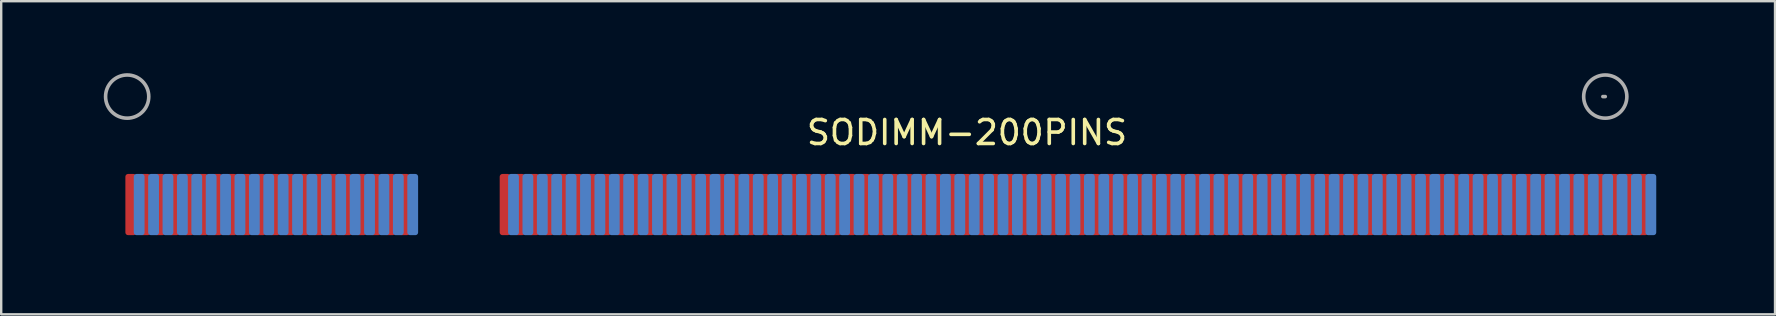
<source format=kicad_pcb>
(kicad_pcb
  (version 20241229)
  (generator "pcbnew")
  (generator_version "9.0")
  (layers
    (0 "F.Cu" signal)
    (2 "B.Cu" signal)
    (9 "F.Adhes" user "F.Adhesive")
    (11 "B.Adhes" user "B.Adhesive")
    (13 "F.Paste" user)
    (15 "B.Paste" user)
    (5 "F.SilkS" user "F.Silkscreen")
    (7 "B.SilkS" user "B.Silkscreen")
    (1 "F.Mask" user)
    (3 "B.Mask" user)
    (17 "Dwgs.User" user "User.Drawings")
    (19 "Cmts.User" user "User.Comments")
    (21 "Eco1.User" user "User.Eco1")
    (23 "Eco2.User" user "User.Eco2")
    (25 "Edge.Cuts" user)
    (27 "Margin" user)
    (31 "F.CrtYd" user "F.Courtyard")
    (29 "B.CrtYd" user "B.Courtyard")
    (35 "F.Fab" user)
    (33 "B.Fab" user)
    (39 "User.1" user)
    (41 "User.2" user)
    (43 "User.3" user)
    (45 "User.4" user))
  (footprint "SODIMM-200PINS"
    (layer "F.Cu")
    (at 0.25 5.475)
    (property "Reference" "SODIMM-200PINS" (at 37 -3 0) (layer "F.SilkS") (effects (font (size 1 1) (thickness 0.15))))
    (attr through_hole)
    (fp_poly (pts (xy 1.5 -1.5) (xy 66.5 -1.5) (xy 66.5 1.5) (xy 1.5 1.5)) (stroke (width 0.15) (type solid)) (fill yes) (layer "F.Mask"))
    (fp_poly (pts (xy 1.5 1.5) (xy 1.5 -1.5) (xy 66.5 -1.5) (xy 66.5 1.5)) (stroke (width 0.15) (type solid)) (fill yes) (layer "B.Mask"))
    (fp_line (start 0 1.5) (end 67.6 1.5) (stroke (width 0.15) (type solid)) (layer "B.Paste"))
    (fp_line (start 15.2 -2.4) (end 15.2 1.5) (stroke (width 0.15) (type solid)) (layer "B.Paste"))
    (fp_line (start 16.6 -2.9) (end 15.7 -2.9) (stroke (width 0.15) (type solid)) (layer "B.Paste"))
    (fp_line (start 17.1 -2.4) (end 17.1 1.5) (stroke (width 0.15) (type solid)) (layer "B.Paste"))
    (fp_arc (start 15.2 -2.4) (mid 15.346447 -2.753553) (end 15.7 -2.9) (stroke (width 0.15) (type solid)) (layer "B.Paste"))
    (fp_arc (start 16.6 -2.9) (mid 16.953553 -2.753553) (end 17.1 -2.4) (stroke (width 0.15) (type solid)) (layer "B.Paste"))
    (fp_line (start 63.5 -4.5) (end 63.6 -4.5) (stroke (width 0.15) (type solid)) (layer "F.Fab"))
    (fp_circle (center 2 -4.5) (end 1.1 -4.5) (stroke (width 0.15) (type solid)) (fill no) (layer "F.Fab"))
    (fp_circle (center 63.6 -4.5) (end 64.5 -4.5) (stroke (width 0.15) (type solid)) (fill no) (layer "F.Fab"))
    (pad "1" smd roundrect (at 2.15 0) (size 0.45 2.55) (layers "F.Cu" "F.Mask" "F.Paste") (roundrect_rratio 0.25))
    (pad "2" smd roundrect (at 2.75 0) (size 0.45 2.55) (layers "F.Cu" "F.Mask" "F.Paste") (roundrect_rratio 0.25))
    (pad "3" smd roundrect (at 3.35 0) (size 0.45 2.55) (layers "F.Cu" "F.Mask" "F.Paste") (roundrect_rratio 0.25))
    (pad "4" smd roundrect (at 3.95 0) (size 0.45 2.55) (layers "F.Cu" "F.Mask" "F.Paste") (roundrect_rratio 0.25))
    (pad "5" smd roundrect (at 4.55 0) (size 0.45 2.55) (layers "F.Cu" "F.Mask" "F.Paste") (roundrect_rratio 0.25))
    (pad "6" smd roundrect (at 5.15 0) (size 0.45 2.55) (layers "F.Cu" "F.Mask" "F.Paste") (roundrect_rratio 0.25))
    (pad "7" smd roundrect (at 5.75 0) (size 0.45 2.55) (layers "F.Cu" "F.Mask" "F.Paste") (roundrect_rratio 0.25))
    (pad "8" smd roundrect (at 6.35 0) (size 0.45 2.55) (layers "F.Cu" "F.Mask" "F.Paste") (roundrect_rratio 0.25))
    (pad "9" smd roundrect (at 6.95 0) (size 0.45 2.55) (layers "F.Cu" "F.Mask" "F.Paste") (roundrect_rratio 0.25))
    (pad "10" smd roundrect (at 7.55 0) (size 0.45 2.55) (layers "F.Cu" "F.Mask" "F.Paste") (roundrect_rratio 0.25))
    (pad "11" smd roundrect (at 8.15 0) (size 0.45 2.55) (layers "F.Cu" "F.Mask" "F.Paste") (roundrect_rratio 0.25))
    (pad "12" smd roundrect (at 8.75 0) (size 0.45 2.55) (layers "F.Cu" "F.Mask" "F.Paste") (roundrect_rratio 0.25))
    (pad "13" smd roundrect (at 9.35 0) (size 0.45 2.55) (layers "F.Cu" "F.Mask" "F.Paste") (roundrect_rratio 0.25))
    (pad "14" smd roundrect (at 9.95 0) (size 0.45 2.55) (layers "F.Cu" "F.Mask" "F.Paste") (roundrect_rratio 0.25))
    (pad "15" smd roundrect (at 10.55 0) (size 0.45 2.55) (layers "F.Cu" "F.Mask" "F.Paste") (roundrect_rratio 0.25))
    (pad "16" smd roundrect (at 11.15 0) (size 0.45 2.55) (layers "F.Cu" "F.Mask" "F.Paste") (roundrect_rratio 0.25))
    (pad "17" smd roundrect (at 11.75 0) (size 0.45 2.55) (layers "F.Cu" "F.Mask" "F.Paste") (roundrect_rratio 0.25))
    (pad "18" smd roundrect (at 12.35 0) (size 0.45 2.55) (layers "F.Cu" "F.Mask" "F.Paste") (roundrect_rratio 0.25))
    (pad "19" smd roundrect (at 12.95 0) (size 0.45 2.55) (layers "F.Cu" "F.Mask" "F.Paste") (roundrect_rratio 0.25))
    (pad "20" smd roundrect (at 13.55 0) (size 0.45 2.55) (layers "F.Cu" "F.Mask" "F.Paste") (roundrect_rratio 0.25))
    (pad "21" smd roundrect (at 2.5 0) (size 0.45 2.55) (layers "B.Cu" "B.Mask" "B.Paste") (roundrect_rratio 0.25))
    (pad "22" smd roundrect (at 3.1 0) (size 0.45 2.55) (layers "B.Cu" "B.Mask" "B.Paste") (roundrect_rratio 0.25))
    (pad "23" smd roundrect (at 3.7 0) (size 0.45 2.55) (layers "B.Cu" "B.Mask" "B.Paste") (roundrect_rratio 0.25))
    (pad "24" smd roundrect (at 4.3 0) (size 0.45 2.55) (layers "B.Cu" "B.Mask" "B.Paste") (roundrect_rratio 0.25))
    (pad "25" smd roundrect (at 4.9 0) (size 0.45 2.55) (layers "B.Cu" "B.Mask" "B.Paste") (roundrect_rratio 0.25))
    (pad "26" smd roundrect (at 5.5 0) (size 0.45 2.55) (layers "B.Cu" "B.Mask" "B.Paste") (roundrect_rratio 0.25))
    (pad "27" smd roundrect (at 6.1 0) (size 0.45 2.55) (layers "B.Cu" "B.Mask" "B.Paste") (roundrect_rratio 0.25))
    (pad "28" smd roundrect (at 6.7 0) (size 0.45 2.55) (layers "*.Mask" "B.Cu" "B.Paste") (roundrect_rratio 0.25))
    (pad "29" smd roundrect (at 7.3 0) (size 0.45 2.55) (layers "B.Cu" "B.Mask" "B.Paste") (roundrect_rratio 0.25))
    (pad "30" smd roundrect (at 7.9 0) (size 0.45 2.55) (layers "B.Cu" "B.Mask" "B.Paste") (roundrect_rratio 0.25))
    (pad "31" smd roundrect (at 8.5 0) (size 0.45 2.55) (layers "B.Cu" "B.Mask" "B.Paste") (roundrect_rratio 0.25))
    (pad "32" smd roundrect (at 9.1 0) (size 0.45 2.55) (layers "B.Cu" "B.Mask" "B.Paste") (roundrect_rratio 0.25))
    (pad "33" smd roundrect (at 9.7 0) (size 0.45 2.55) (layers "B.Cu" "B.Mask" "B.Paste") (roundrect_rratio 0.25))
    (pad "34" smd roundrect (at 10.3 0) (size 0.45 2.55) (layers "B.Cu" "B.Mask" "B.Paste") (roundrect_rratio 0.25))
    (pad "35" smd roundrect (at 10.9 0) (size 0.45 2.55) (layers "B.Cu" "B.Mask" "B.Paste") (roundrect_rratio 0.25))
    (pad "36" smd roundrect (at 11.5 0) (size 0.45 2.55) (layers "B.Cu" "B.Mask" "B.Paste") (roundrect_rratio 0.25))
    (pad "37" smd roundrect (at 12.1 0) (size 0.45 2.55) (layers "B.Cu" "B.Mask" "B.Paste") (roundrect_rratio 0.25))
    (pad "38" smd roundrect (at 12.7 0) (size 0.45 2.55) (layers "B.Cu" "B.Mask" "B.Paste") (roundrect_rratio 0.25))
    (pad "39" smd roundrect (at 13.3 0) (size 0.45 2.55) (layers "B.Cu" "B.Mask" "B.Paste") (roundrect_rratio 0.25))
    (pad "40" smd roundrect (at 13.9 0) (size 0.45 2.55) (layers "B.Cu" "B.Mask" "B.Paste") (roundrect_rratio 0.25))
    (pad "41" smd roundrect (at 17.75 0) (size 0.45 2.55) (layers "F.Cu" "F.Mask" "F.Paste") (roundrect_rratio 0.25))
    (pad "42" smd roundrect (at 18.35 0) (size 0.45 2.55) (layers "F.Cu" "F.Mask" "F.Paste") (roundrect_rratio 0.25))
    (pad "43" smd roundrect (at 18.95 0) (size 0.45 2.55) (layers "F.Cu" "F.Mask" "F.Paste") (roundrect_rratio 0.25))
    (pad "44" smd roundrect (at 19.55 0) (size 0.45 2.55) (layers "F.Cu" "F.Mask" "F.Paste") (roundrect_rratio 0.25))
    (pad "45" smd roundrect (at 20.15 0) (size 0.45 2.55) (layers "F.Cu" "F.Mask" "F.Paste") (roundrect_rratio 0.25))
    (pad "46" smd roundrect (at 20.75 0) (size 0.45 2.55) (layers "F.Cu" "F.Mask" "F.Paste") (roundrect_rratio 0.25))
    (pad "47" smd roundrect (at 21.35 0) (size 0.45 2.55) (layers "F.Cu" "F.Mask" "F.Paste") (roundrect_rratio 0.25))
    (pad "48" smd roundrect (at 21.95 0) (size 0.45 2.55) (layers "F.Cu" "F.Mask" "F.Paste") (roundrect_rratio 0.25))
    (pad "49" smd roundrect (at 22.55 0) (size 0.45 2.55) (layers "F.Cu" "F.Mask" "F.Paste") (roundrect_rratio 0.25))
    (pad "50" smd roundrect (at 23.15 0) (size 0.45 2.55) (layers "F.Cu" "F.Mask" "F.Paste") (roundrect_rratio 0.25))
    (pad "51" smd roundrect (at 23.75 0) (size 0.45 2.55) (layers "F.Cu" "F.Mask" "F.Paste") (roundrect_rratio 0.25))
    (pad "52" smd roundrect (at 24.35 0) (size 0.45 2.55) (layers "F.Cu" "F.Mask" "F.Paste") (roundrect_rratio 0.25))
    (pad "53" smd roundrect (at 24.95 0) (size 0.45 2.55) (layers "F.Cu" "F.Mask" "F.Paste") (roundrect_rratio 0.25))
    (pad "54" smd roundrect (at 25.55 0) (size 0.45 2.55) (layers "F.Cu" "F.Mask" "F.Paste") (roundrect_rratio 0.25))
    (pad "55" smd roundrect (at 26.15 0) (size 0.45 2.55) (layers "F.Cu" "F.Mask" "F.Paste") (roundrect_rratio 0.25))
    (pad "56" smd roundrect (at 26.75 0) (size 0.45 2.55) (layers "F.Cu" "F.Mask" "F.Paste") (roundrect_rratio 0.25))
    (pad "57" smd roundrect (at 27.35 0) (size 0.45 2.55) (layers "F.Cu" "F.Mask" "F.Paste") (roundrect_rratio 0.25))
    (pad "58" smd roundrect (at 27.95 0) (size 0.45 2.55) (layers "F.Cu" "F.Mask" "F.Paste") (roundrect_rratio 0.25))
    (pad "59" smd roundrect (at 28.55 0) (size 0.45 2.55) (layers "F.Cu" "F.Mask" "F.Paste") (roundrect_rratio 0.25))
    (pad "60" smd roundrect (at 29.15 0) (size 0.45 2.55) (layers "F.Cu" "F.Mask" "F.Paste") (roundrect_rratio 0.25))
    (pad "61" smd roundrect (at 29.75 0) (size 0.45 2.55) (layers "F.Cu" "F.Mask" "F.Paste") (roundrect_rratio 0.25))
    (pad "62" smd roundrect (at 30.35 0) (size 0.45 2.55) (layers "F.Cu" "F.Mask" "F.Paste") (roundrect_rratio 0.25))
    (pad "63" smd roundrect (at 30.95 0) (size 0.45 2.55) (layers "F.Cu" "F.Mask" "F.Paste") (roundrect_rratio 0.25))
    (pad "64" smd roundrect (at 31.55 0) (size 0.45 2.55) (layers "F.Cu" "F.Mask" "F.Paste") (roundrect_rratio 0.25))
    (pad "65" smd roundrect (at 32.15 0) (size 0.45 2.55) (layers "F.Cu" "F.Mask" "F.Paste") (roundrect_rratio 0.25))
    (pad "66" smd roundrect (at 32.75 0) (size 0.45 2.55) (layers "F.Cu" "F.Mask" "F.Paste") (roundrect_rratio 0.25))
    (pad "67" smd roundrect (at 33.35 0) (size 0.45 2.55) (layers "F.Cu" "F.Mask" "F.Paste") (roundrect_rratio 0.25))
    (pad "68" smd roundrect (at 33.95 0) (size 0.45 2.55) (layers "F.Cu" "F.Mask" "F.Paste") (roundrect_rratio 0.25))
    (pad "69" smd roundrect (at 34.55 0) (size 0.45 2.55) (layers "F.Cu" "F.Mask" "F.Paste") (roundrect_rratio 0.25))
    (pad "70" smd roundrect (at 35.15 0) (size 0.45 2.55) (layers "F.Cu" "F.Mask" "F.Paste") (roundrect_rratio 0.25))
    (pad "71" smd roundrect (at 35.75 0) (size 0.45 2.55) (layers "F.Cu" "F.Mask" "F.Paste") (roundrect_rratio 0.25))
    (pad "72" smd roundrect (at 36.35 0) (size 0.45 2.55) (layers "F.Cu" "F.Mask" "F.Paste") (roundrect_rratio 0.25))
    (pad "73" smd roundrect (at 36.95 0) (size 0.45 2.55) (layers "F.Cu" "F.Mask" "F.Paste") (roundrect_rratio 0.25))
    (pad "74" smd roundrect (at 37.55 0) (size 0.45 2.55) (layers "F.Cu" "F.Mask" "F.Paste") (roundrect_rratio 0.25))
    (pad "75" smd roundrect (at 38.15 0) (size 0.45 2.55) (layers "F.Cu" "F.Mask" "F.Paste") (roundrect_rratio 0.25))
    (pad "76" smd roundrect (at 38.75 0) (size 0.45 2.55) (layers "F.Cu" "F.Mask" "F.Paste") (roundrect_rratio 0.25))
    (pad "77" smd roundrect (at 39.35 0) (size 0.45 2.55) (layers "F.Cu" "F.Mask" "F.Paste") (roundrect_rratio 0.25))
    (pad "78" smd roundrect (at 39.95 0) (size 0.45 2.55) (layers "F.Cu" "F.Mask" "F.Paste") (roundrect_rratio 0.25))
    (pad "79" smd roundrect (at 40.55 0) (size 0.45 2.55) (layers "F.Cu" "F.Mask" "F.Paste") (roundrect_rratio 0.25))
    (pad "80" smd roundrect (at 41.15 0) (size 0.45 2.55) (layers "F.Cu" "F.Mask" "F.Paste") (roundrect_rratio 0.25))
    (pad "81" smd roundrect (at 41.75 0) (size 0.45 2.55) (layers "F.Cu" "F.Mask" "F.Paste") (roundrect_rratio 0.25))
    (pad "82" smd roundrect (at 42.35 0) (size 0.45 2.55) (layers "F.Cu" "F.Mask" "F.Paste") (roundrect_rratio 0.25))
    (pad "83" smd roundrect (at 42.95 0) (size 0.45 2.55) (layers "F.Cu" "F.Mask" "F.Paste") (roundrect_rratio 0.25))
    (pad "84" smd roundrect (at 44.15 0) (size 0.45 2.55) (layers "F.Cu" "F.Mask" "F.Paste") (roundrect_rratio 0.25))
    (pad "85" smd roundrect (at 43.55 0) (size 0.45 2.55) (layers "F.Cu" "F.Mask" "F.Paste") (roundrect_rratio 0.25))
    (pad "86" smd roundrect (at 44.75 0) (size 0.45 2.55) (layers "F.Cu" "F.Mask" "F.Paste") (roundrect_rratio 0.25))
    (pad "87" smd roundrect (at 45.35 0) (size 0.45 2.55) (layers "F.Cu" "F.Mask" "F.Paste") (roundrect_rratio 0.25))
    (pad "88" smd roundrect (at 45.95 0) (size 0.45 2.55) (layers "F.Cu" "F.Mask" "F.Paste") (roundrect_rratio 0.25))
    (pad "89" smd roundrect (at 46.55 0) (size 0.45 2.55) (layers "F.Cu" "F.Mask" "F.Paste") (roundrect_rratio 0.25))
    (pad "90" smd roundrect (at 47.15 0) (size 0.45 2.55) (layers "F.Cu" "F.Mask" "F.Paste") (roundrect_rratio 0.25))
    (pad "91" smd roundrect (at 47.75 0) (size 0.45 2.55) (layers "F.Cu" "F.Mask" "F.Paste") (roundrect_rratio 0.25))
    (pad "92" smd roundrect (at 48.35 0) (size 0.45 2.55) (layers "F.Cu" "F.Mask" "F.Paste") (roundrect_rratio 0.25))
    (pad "93" smd roundrect (at 48.95 0) (size 0.45 2.55) (layers "F.Cu" "F.Mask" "F.Paste") (roundrect_rratio 0.25))
    (pad "94" smd roundrect (at 49.55 0) (size 0.45 2.55) (layers "F.Cu" "F.Mask" "F.Paste") (roundrect_rratio 0.25))
    (pad "95" smd roundrect (at 50.15 0) (size 0.45 2.55) (layers "F.Cu" "F.Mask" "F.Paste") (roundrect_rratio 0.25))
    (pad "96" smd roundrect (at 50.75 0) (size 0.45 2.55) (layers "F.Cu" "F.Mask" "F.Paste") (roundrect_rratio 0.25))
    (pad "97" smd roundrect (at 51.35 0) (size 0.45 2.55) (layers "F.Cu" "F.Mask" "F.Paste") (roundrect_rratio 0.25))
    (pad "98" smd roundrect (at 51.95 0) (size 0.45 2.55) (layers "F.Cu" "F.Mask" "F.Paste") (roundrect_rratio 0.25))
    (pad "99" smd roundrect (at 52.55 0) (size 0.45 2.55) (layers "F.Cu" "F.Mask" "F.Paste") (roundrect_rratio 0.25))
    (pad "100" smd roundrect (at 53.15 0) (size 0.45 2.55) (layers "F.Cu" "F.Mask" "F.Paste") (roundrect_rratio 0.25))
    (pad "101" smd roundrect (at 53.75 0) (size 0.45 2.55) (layers "F.Cu" "F.Mask" "F.Paste") (roundrect_rratio 0.25))
    (pad "102" smd roundrect (at 54.35 0) (size 0.45 2.55) (layers "F.Cu" "F.Mask" "F.Paste") (roundrect_rratio 0.25))
    (pad "103" smd roundrect (at 55.55 0) (size 0.45 2.55) (layers "F.Cu" "F.Mask" "F.Paste") (roundrect_rratio 0.25))
    (pad "104" smd roundrect (at 54.95 0) (size 0.45 2.55) (layers "F.Cu" "F.Mask" "F.Paste") (roundrect_rratio 0.25))
    (pad "105" smd roundrect (at 56.15 0) (size 0.45 2.55) (layers "F.Cu" "F.Mask" "F.Paste") (roundrect_rratio 0.25))
    (pad "106" smd roundrect (at 56.75 0) (size 0.45 2.55) (layers "F.Cu" "F.Mask" "F.Paste") (roundrect_rratio 0.25))
    (pad "107" smd roundrect (at 57.35 0) (size 0.45 2.55) (layers "F.Cu" "F.Mask" "F.Paste") (roundrect_rratio 0.25))
    (pad "108" smd roundrect (at 57.95 0) (size 0.45 2.55) (layers "F.Cu" "F.Mask" "F.Paste") (roundrect_rratio 0.25))
    (pad "109" smd roundrect (at 58.55 0) (size 0.45 2.55) (layers "F.Cu" "F.Mask" "F.Paste") (roundrect_rratio 0.25))
    (pad "110" smd roundrect (at 59.15 0) (size 0.45 2.55) (layers "F.Cu" "F.Mask" "F.Paste") (roundrect_rratio 0.25))
    (pad "111" smd roundrect (at 59.75 0) (size 0.45 2.55) (layers "F.Cu" "F.Mask" "F.Paste") (roundrect_rratio 0.25))
    (pad "112" smd roundrect (at 60.35 0) (size 0.45 2.55) (layers "F.Cu" "F.Mask" "F.Paste") (roundrect_rratio 0.25))
    (pad "113" smd roundrect (at 60.95 0) (size 0.45 2.55) (layers "F.Cu" "F.Mask" "F.Paste") (roundrect_rratio 0.25))
    (pad "114" smd roundrect (at 61.55 0) (size 0.45 2.55) (layers "F.Cu" "F.Mask" "F.Paste") (roundrect_rratio 0.25))
    (pad "115" smd roundrect (at 62.15 0) (size 0.45 2.55) (layers "F.Cu" "F.Mask" "F.Paste") (roundrect_rratio 0.25))
    (pad "116" smd roundrect (at 62.75 0) (size 0.45 2.55) (layers "F.Cu" "F.Mask" "F.Paste") (roundrect_rratio 0.25))
    (pad "117" smd roundrect (at 63.35 0) (size 0.45 2.55) (layers "F.Cu" "F.Mask" "F.Paste") (roundrect_rratio 0.25))
    (pad "118" smd roundrect (at 63.95 0) (size 0.45 2.55) (layers "F.Cu" "F.Mask" "F.Paste") (roundrect_rratio 0.25))
    (pad "119" smd roundrect (at 64.55 0) (size 0.45 2.55) (layers "F.Cu" "F.Mask" "F.Paste") (roundrect_rratio 0.25))
    (pad "120" smd roundrect (at 65.15 0) (size 0.45 2.55) (layers "F.Cu" "F.Mask" "F.Paste") (roundrect_rratio 0.25))
    (pad "121" smd roundrect (at 18.1 0) (size 0.45 2.55) (layers "B.Cu" "B.Mask" "B.Paste") (roundrect_rratio 0.25))
    (pad "122" smd roundrect (at 18.7 0) (size 0.45 2.55) (layers "B.Cu" "B.Mask" "B.Paste") (roundrect_rratio 0.25))
    (pad "123" smd roundrect (at 19.3 0) (size 0.45 2.55) (layers "B.Cu" "B.Mask" "B.Paste") (roundrect_rratio 0.25))
    (pad "124" smd roundrect (at 19.9 0) (size 0.45 2.55) (layers "B.Cu" "B.Mask" "B.Paste") (roundrect_rratio 0.25))
    (pad "125" smd roundrect (at 20.5 0) (size 0.45 2.55) (layers "B.Cu" "B.Mask" "B.Paste") (roundrect_rratio 0.25))
    (pad "126" smd roundrect (at 21.1 0) (size 0.45 2.55) (layers "B.Cu" "B.Mask" "B.Paste") (roundrect_rratio 0.25))
    (pad "127" smd roundrect (at 21.7 0) (size 0.45 2.55) (layers "B.Cu" "B.Mask" "B.Paste") (roundrect_rratio 0.25))
    (pad "128" smd roundrect (at 22.3 0) (size 0.45 2.55) (layers "B.Cu" "B.Mask" "B.Paste") (roundrect_rratio 0.25))
    (pad "129" smd roundrect (at 22.9 0) (size 0.45 2.55) (layers "B.Cu" "B.Mask" "B.Paste") (roundrect_rratio 0.25))
    (pad "130" smd roundrect (at 23.5 0) (size 0.45 2.55) (layers "B.Cu" "B.Mask" "B.Paste") (roundrect_rratio 0.25))
    (pad "131" smd roundrect (at 24.1 0) (size 0.45 2.55) (layers "B.Cu" "B.Mask" "B.Paste") (roundrect_rratio 0.25))
    (pad "132" smd roundrect (at 24.7 0) (size 0.45 2.55) (layers "B.Cu" "B.Mask" "B.Paste") (roundrect_rratio 0.25))
    (pad "133" smd roundrect (at 25.3 0) (size 0.45 2.55) (layers "B.Cu" "B.Mask" "B.Paste") (roundrect_rratio 0.25))
    (pad "134" smd roundrect (at 25.9 0) (size 0.45 2.55) (layers "B.Cu" "B.Mask" "B.Paste") (roundrect_rratio 0.25))
    (pad "135" smd roundrect (at 26.5 0) (size 0.45 2.55) (layers "B.Cu" "B.Mask" "B.Paste") (roundrect_rratio 0.25))
    (pad "136" smd roundrect (at 27.1 0) (size 0.45 2.55) (layers "B.Cu" "B.Mask" "B.Paste") (roundrect_rratio 0.25))
    (pad "137" smd roundrect (at 27.7 0) (size 0.45 2.55) (layers "B.Cu" "B.Mask" "B.Paste") (roundrect_rratio 0.25))
    (pad "138" smd roundrect (at 28.3 0) (size 0.45 2.55) (layers "B.Cu" "B.Mask" "B.Paste") (roundrect_rratio 0.25))
    (pad "139" smd roundrect (at 28.9 0) (size 0.45 2.55) (layers "B.Cu" "B.Mask" "B.Paste") (roundrect_rratio 0.25))
    (pad "140" smd roundrect (at 29.5 0) (size 0.45 2.55) (layers "B.Cu" "B.Mask" "B.Paste") (roundrect_rratio 0.25))
    (pad "141" smd roundrect (at 30.1 0) (size 0.45 2.55) (layers "B.Cu" "B.Mask" "B.Paste") (roundrect_rratio 0.25))
    (pad "142" smd roundrect (at 30.7 0) (size 0.45 2.55) (layers "B.Cu" "B.Mask" "B.Paste") (roundrect_rratio 0.25))
    (pad "143" smd roundrect (at 31.3 0) (size 0.45 2.55) (layers "B.Cu" "B.Mask" "B.Paste") (roundrect_rratio 0.25))
    (pad "144" smd roundrect (at 31.9 0) (size 0.45 2.55) (layers "B.Cu" "B.Mask" "B.Paste") (roundrect_rratio 0.25))
    (pad "145" smd roundrect (at 32.5 0) (size 0.45 2.55) (layers "B.Cu" "B.Mask" "B.Paste") (roundrect_rratio 0.25))
    (pad "146" smd roundrect (at 33.1 0) (size 0.45 2.55) (layers "B.Cu" "B.Mask" "B.Paste") (roundrect_rratio 0.25))
    (pad "147" smd roundrect (at 33.7 0) (size 0.45 2.55) (layers "B.Cu" "B.Mask" "B.Paste") (roundrect_rratio 0.25))
    (pad "148" smd roundrect (at 34.3 0) (size 0.45 2.55) (layers "B.Cu" "B.Mask" "B.Paste") (roundrect_rratio 0.25))
    (pad "149" smd roundrect (at 34.9 0) (size 0.45 2.55) (layers "B.Cu" "B.Mask" "B.Paste") (roundrect_rratio 0.25))
    (pad "150" smd roundrect (at 35.5 0) (size 0.45 2.55) (layers "B.Cu" "B.Mask" "B.Paste") (roundrect_rratio 0.25))
    (pad "151" smd roundrect (at 36.1 0) (size 0.45 2.55) (layers "B.Cu" "B.Mask" "B.Paste") (roundrect_rratio 0.25))
    (pad "152" smd roundrect (at 36.7 0) (size 0.45 2.55) (layers "B.Cu" "B.Mask" "B.Paste") (roundrect_rratio 0.25))
    (pad "153" smd roundrect (at 37.3 0) (size 0.45 2.55) (layers "B.Cu" "B.Mask" "B.Paste") (roundrect_rratio 0.25))
    (pad "154" smd roundrect (at 37.9 0) (size 0.45 2.55) (layers "B.Cu" "B.Mask" "B.Paste") (roundrect_rratio 0.25))
    (pad "155" smd roundrect (at 38.5 0) (size 0.45 2.55) (layers "B.Cu" "B.Mask" "B.Paste") (roundrect_rratio 0.25))
    (pad "156" smd roundrect (at 39.1 0) (size 0.45 2.55) (layers "B.Cu" "B.Mask" "B.Paste") (roundrect_rratio 0.25))
    (pad "157" smd roundrect (at 39.7 0) (size 0.45 2.55) (layers "B.Cu" "B.Mask" "B.Paste") (roundrect_rratio 0.25))
    (pad "158" smd roundrect (at 40.3 0) (size 0.45 2.55) (layers "B.Cu" "B.Mask" "B.Paste") (roundrect_rratio 0.25))
    (pad "159" smd roundrect (at 40.9 0) (size 0.45 2.55) (layers "B.Cu" "B.Mask" "B.Paste") (roundrect_rratio 0.25))
    (pad "160" smd roundrect (at 41.5 0) (size 0.45 2.55) (layers "B.Cu" "B.Mask" "B.Paste") (roundrect_rratio 0.25))
    (pad "161" smd roundrect (at 42.1 0) (size 0.45 2.55) (layers "B.Cu" "B.Mask" "B.Paste") (roundrect_rratio 0.25))
    (pad "162" smd roundrect (at 42.7 0) (size 0.45 2.55) (layers "B.Cu" "B.Mask" "B.Paste") (roundrect_rratio 0.25))
    (pad "163" smd roundrect (at 43.3 0) (size 0.45 2.55) (layers "B.Cu" "B.Mask" "B.Paste") (roundrect_rratio 0.25))
    (pad "164" smd roundrect (at 43.9 0) (size 0.45 2.55) (layers "B.Cu" "B.Mask" "B.Paste") (roundrect_rratio 0.25))
    (pad "165" smd roundrect (at 44.5 0) (size 0.45 2.55) (layers "B.Cu" "B.Mask" "B.Paste") (roundrect_rratio 0.25))
    (pad "166" smd roundrect (at 45.1 0) (size 0.45 2.55) (layers "B.Cu" "B.Mask" "B.Paste") (roundrect_rratio 0.25))
    (pad "167" smd roundrect (at 45.7 0) (size 0.45 2.55) (layers "B.Cu" "B.Mask" "B.Paste") (roundrect_rratio 0.25))
    (pad "168" smd roundrect (at 46.3 0) (size 0.45 2.55) (layers "B.Cu" "B.Mask" "B.Paste") (roundrect_rratio 0.25))
    (pad "169" smd roundrect (at 46.9 0) (size 0.45 2.55) (layers "B.Cu" "B.Mask" "B.Paste") (roundrect_rratio 0.25))
    (pad "170" smd roundrect (at 47.5 0) (size 0.45 2.55) (layers "B.Cu" "B.Mask" "B.Paste") (roundrect_rratio 0.25))
    (pad "171" smd roundrect (at 48.1 0) (size 0.45 2.55) (layers "B.Cu" "B.Mask" "B.Paste") (roundrect_rratio 0.25))
    (pad "172" smd roundrect (at 48.7 0) (size 0.45 2.55) (layers "B.Cu" "B.Mask" "B.Paste") (roundrect_rratio 0.25))
    (pad "173" smd roundrect (at 49.3 0) (size 0.45 2.55) (layers "B.Cu" "B.Mask" "B.Paste") (roundrect_rratio 0.25))
    (pad "174" smd roundrect (at 49.9 0) (size 0.45 2.55) (layers "B.Cu" "B.Mask" "B.Paste") (roundrect_rratio 0.25))
    (pad "175" smd roundrect (at 50.5 0) (size 0.45 2.55) (layers "B.Cu" "B.Mask" "B.Paste") (roundrect_rratio 0.25))
    (pad "176" smd roundrect (at 51.1 0) (size 0.45 2.55) (layers "B.Cu" "B.Mask" "B.Paste") (roundrect_rratio 0.25))
    (pad "177" smd roundrect (at 51.7 0) (size 0.45 2.55) (layers "B.Cu" "B.Mask" "B.Paste") (roundrect_rratio 0.25))
    (pad "178" smd roundrect (at 52.3 0) (size 0.45 2.55) (layers "B.Cu" "B.Mask" "B.Paste") (roundrect_rratio 0.25))
    (pad "179" smd roundrect (at 52.9 0) (size 0.45 2.55) (layers "B.Cu" "B.Mask" "B.Paste") (roundrect_rratio 0.25))
    (pad "180" smd roundrect (at 53.5 0) (size 0.45 2.55) (layers "B.Cu" "B.Mask" "B.Paste") (roundrect_rratio 0.25))
    (pad "181" smd roundrect (at 54.1 0) (size 0.45 2.55) (layers "B.Cu" "B.Mask" "B.Paste") (roundrect_rratio 0.25))
    (pad "182" smd roundrect (at 54.7 0) (size 0.45 2.55) (layers "B.Cu" "B.Mask" "B.Paste") (roundrect_rratio 0.25))
    (pad "183" smd roundrect (at 55.3 0) (size 0.45 2.55) (layers "B.Cu" "B.Mask" "B.Paste") (roundrect_rratio 0.25))
    (pad "184" smd roundrect (at 55.9 0) (size 0.45 2.55) (layers "B.Cu" "B.Mask" "B.Paste") (roundrect_rratio 0.25))
    (pad "185" smd roundrect (at 56.5 0) (size 0.45 2.55) (layers "B.Cu" "B.Mask" "B.Paste") (roundrect_rratio 0.25))
    (pad "186" smd roundrect (at 57.1 0) (size 0.45 2.55) (layers "B.Cu" "B.Mask" "B.Paste") (roundrect_rratio 0.25))
    (pad "187" smd roundrect (at 57.7 0) (size 0.45 2.55) (layers "B.Cu" "B.Mask" "B.Paste") (roundrect_rratio 0.25))
    (pad "188" smd roundrect (at 58.3 0) (size 0.45 2.55) (layers "B.Cu" "B.Mask" "B.Paste") (roundrect_rratio 0.25))
    (pad "189" smd roundrect (at 58.9 0) (size 0.45 2.55) (layers "B.Cu" "B.Mask" "B.Paste") (roundrect_rratio 0.25))
    (pad "190" smd roundrect (at 59.5 0) (size 0.45 2.55) (layers "B.Cu" "B.Mask" "B.Paste") (roundrect_rratio 0.25))
    (pad "191" smd roundrect (at 60.1 0) (size 0.45 2.55) (layers "B.Cu" "B.Mask" "B.Paste") (roundrect_rratio 0.25))
    (pad "192" smd roundrect (at 60.7 0) (size 0.45 2.55) (layers "B.Cu" "B.Mask" "B.Paste") (roundrect_rratio 0.25))
    (pad "193" smd roundrect (at 61.3 0) (size 0.45 2.55) (layers "B.Cu" "B.Mask" "B.Paste") (roundrect_rratio 0.25))
    (pad "194" smd roundrect (at 61.9 0) (size 0.45 2.55) (layers "B.Cu" "B.Mask" "B.Paste") (roundrect_rratio 0.25))
    (pad "195" smd roundrect (at 62.5 0) (size 0.45 2.55) (layers "B.Cu" "B.Mask" "B.Paste") (roundrect_rratio 0.25))
    (pad "196" smd roundrect (at 63.1 0) (size 0.45 2.55) (layers "B.Cu" "B.Mask" "B.Paste") (roundrect_rratio 0.25))
    (pad "197" smd roundrect (at 63.7 0) (size 0.45 2.55) (layers "B.Cu" "B.Mask" "B.Paste") (roundrect_rratio 0.25))
    (pad "198" smd roundrect (at 64.3 0) (size 0.45 2.55) (layers "B.Cu" "B.Mask" "B.Paste") (roundrect_rratio 0.25))
    (pad "199" smd roundrect (at 64.9 0) (size 0.45 2.55) (layers "B.Cu" "B.Mask" "B.Paste") (roundrect_rratio 0.25))
    (pad "200" smd roundrect (at 65.5 0) (size 0.45 2.55) (layers "B.Cu" "B.Mask" "B.Paste") (roundrect_rratio 0.25)))
  (gr_rect
    (start -3 -3)
    (end 70.925 10.05)
    (stroke (width 0.1) (type default))
    (fill no)
    (layer "Edge.Cuts")))
</source>
